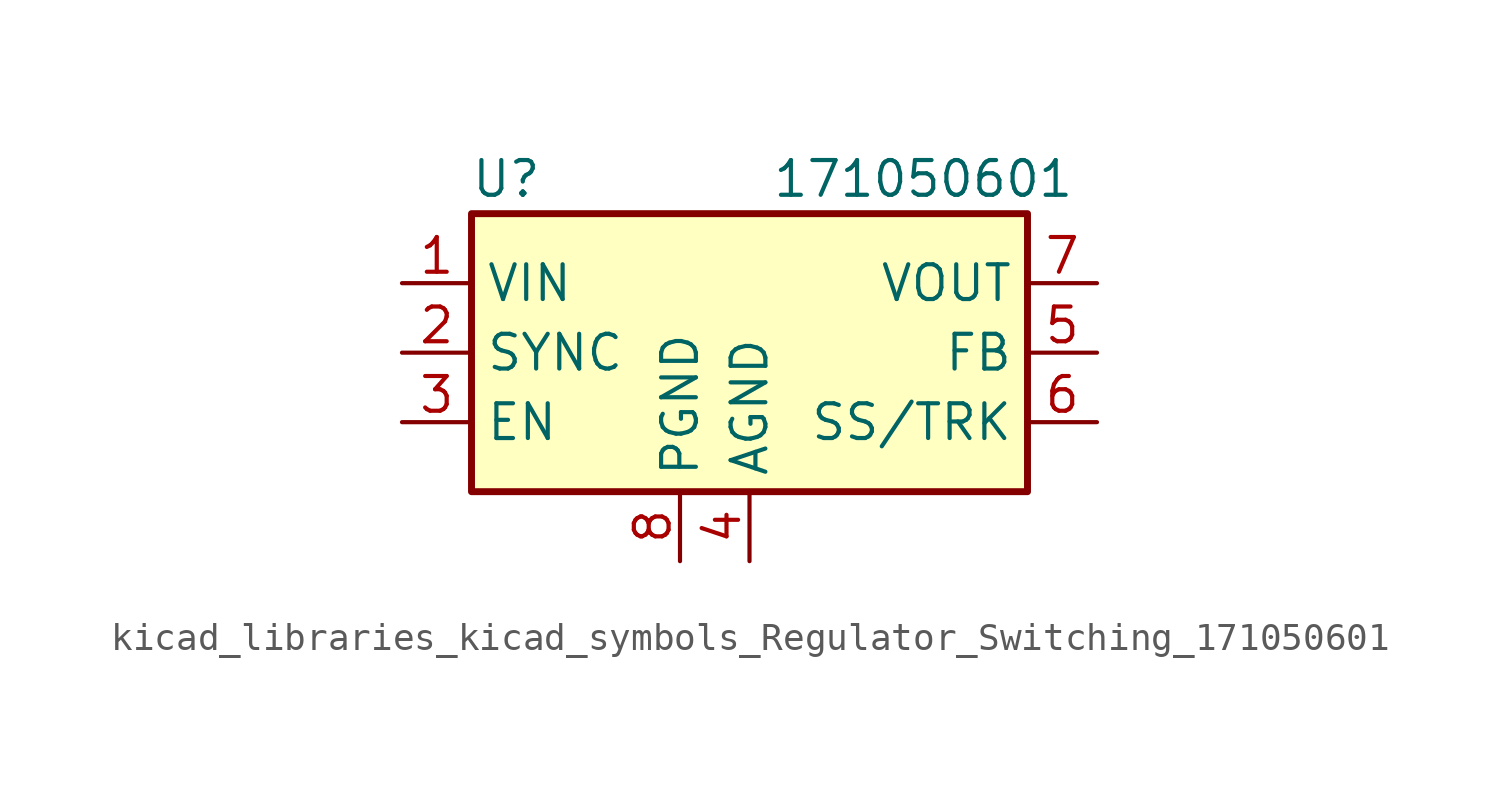
<source format=kicad_sym>
(kicad_symbol_lib
  (version 20220914)
  (generator kicad_symbol_editor)
  (symbol "kicad_libraries_kicad_symbols_Regulator_Switching_171050601"
    (property "Reference" "U"
      (at -8.89 6.35 0)
      (effects (font (size 1.27 1.27))))
    (property "Value" "171050601"
      (at 6.35 6.35 0)
      (effects (font (size 1.27 1.27))))
    (symbol "kicad_libraries_kicad_symbols_Regulator_Switching_171050601_0_1"
      (rectangle (start -10.16 5.08) (end 10.16 -5.08) (stroke (width 0.254) (type default)) (fill (type background))))
    (symbol "kicad_libraries_kicad_symbols_Regulator_Switching_171050601_1_1"
      (pin power_in line (at -12.7 2.54 0) (length 2.54) (name "VIN" (effects (font (size 1.27 1.27)))) (number "1" (effects (font (size 1.27 1.27)))))
      (pin input line (at -12.7 0 0) (length 2.54) (name "SYNC" (effects (font (size 1.27 1.27)))) (number "2" (effects (font (size 1.27 1.27)))))
      (pin input line (at -12.7 -2.54 0) (length 2.54) (name "EN" (effects (font (size 1.27 1.27)))) (number "3" (effects (font (size 1.27 1.27)))))
      (pin power_in line (at 0 -7.62 90) (length 2.54) (name "AGND" (effects (font (size 1.27 1.27)))) (number "4" (effects (font (size 1.27 1.27)))))
      (pin input line (at 12.7 0 180) (length 2.54) (name "FB" (effects (font (size 1.27 1.27)))) (number "5" (effects (font (size 1.27 1.27)))))
      (pin input line (at 12.7 -2.54 180) (length 2.54) (name "SS/TRK" (effects (font (size 1.27 1.27)))) (number "6" (effects (font (size 1.27 1.27)))))
      (pin power_out line (at 12.7 2.54 180) (length 2.54) (name "VOUT" (effects (font (size 1.27 1.27)))) (number "7" (effects (font (size 1.27 1.27)))))
      (pin power_in line (at -2.54 -7.62 90) (length 2.54) (name "PGND" (effects (font (size 1.27 1.27)))) (number "8" (effects (font (size 1.27 1.27))))))))
</source>
